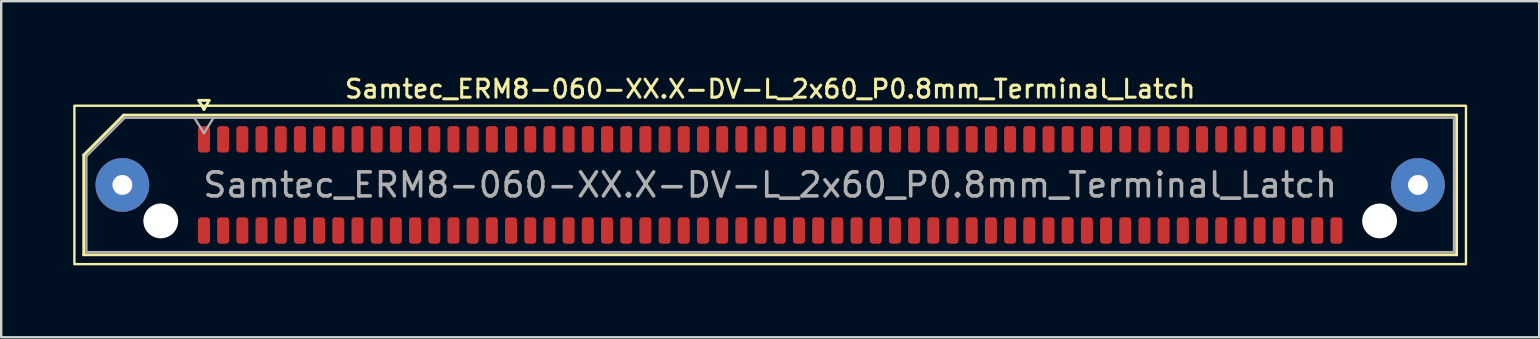
<source format=kicad_pcb>
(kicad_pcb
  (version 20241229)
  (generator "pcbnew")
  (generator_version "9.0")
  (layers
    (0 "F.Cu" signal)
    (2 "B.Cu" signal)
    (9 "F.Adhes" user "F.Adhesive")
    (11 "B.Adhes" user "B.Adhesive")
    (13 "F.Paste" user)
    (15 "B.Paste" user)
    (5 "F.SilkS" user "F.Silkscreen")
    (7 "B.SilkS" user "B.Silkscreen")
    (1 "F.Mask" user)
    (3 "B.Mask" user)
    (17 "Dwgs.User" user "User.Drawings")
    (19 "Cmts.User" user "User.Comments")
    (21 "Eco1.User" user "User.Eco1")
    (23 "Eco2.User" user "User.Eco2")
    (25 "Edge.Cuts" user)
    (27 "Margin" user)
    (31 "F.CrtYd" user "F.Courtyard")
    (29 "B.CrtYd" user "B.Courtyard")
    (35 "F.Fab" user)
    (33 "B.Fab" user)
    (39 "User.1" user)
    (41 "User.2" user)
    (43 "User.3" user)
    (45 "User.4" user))
  (footprint "Samtec_ERM8-060-XX.X-DV-L_2x60_P0.8mm_Terminal_Latch"
    (layer "F.Cu")
    (at 29.05 4.658)
    (property "Reference" "Samtec_ERM8-060-XX.X-DV-L_2x60_P0.8mm_Terminal_Latch" (at 0 -4 0) (layer "F.SilkS") (effects (font (size 0.75 0.75) (thickness 0.125))))
    (attr smd)
    (fp_line (start -28.61 -1.246) (end -26.946 -2.91) (stroke (width 0.12) (type solid)) (layer "F.SilkS"))
    (fp_line (start -28.61 2.91) (end -28.61 -1.246) (stroke (width 0.12) (type solid)) (layer "F.SilkS"))
    (fp_line (start -26.946 -2.91) (end 28.61 -2.91) (stroke (width 0.12) (type solid)) (layer "F.SilkS"))
    (fp_line (start -23.817 -3.525) (end -23.6 -3.15) (stroke (width 0.12) (type solid)) (layer "F.SilkS"))
    (fp_line (start -23.6 -3.15) (end -23.383 -3.525) (stroke (width 0.12) (type solid)) (layer "F.SilkS"))
    (fp_line (start -23.383 -3.525) (end -23.817 -3.525) (stroke (width 0.12) (type solid)) (layer "F.SilkS"))
    (fp_line (start 28.61 -2.91) (end 28.61 2.91) (stroke (width 0.12) (type solid)) (layer "F.SilkS"))
    (fp_line (start 28.61 2.91) (end -28.61 2.91) (stroke (width 0.12) (type solid)) (layer "F.SilkS"))
    (fp_rect (start -29 -3.3) (end 29 3.3) (stroke (width 0.1) (type solid)) (fill no) (layer "F.SilkS"))
    (fp_line (start -28.5 -1.2) (end -26.9 -2.8) (stroke (width 0.1) (type solid)) (layer "F.Fab"))
    (fp_line (start -28.5 2.8) (end -28.5 -1.2) (stroke (width 0.1) (type solid)) (layer "F.Fab"))
    (fp_line (start -26.9 -2.8) (end 28.5 -2.8) (stroke (width 0.1) (type solid)) (layer "F.Fab"))
    (fp_line (start -24 -2.8) (end -23.6 -2.16) (stroke (width 0.1) (type solid)) (layer "F.Fab"))
    (fp_line (start -23.6 -2.16) (end -23.2 -2.8) (stroke (width 0.1) (type solid)) (layer "F.Fab"))
    (fp_line (start 28.5 -2.8) (end 28.5 2.8) (stroke (width 0.1) (type solid)) (layer "F.Fab"))
    (fp_line (start 28.5 2.8) (end -28.5 2.8) (stroke (width 0.1) (type solid)) (layer "F.Fab"))
    (fp_text user "${REFERENCE}" (at 0 0 0) (layer "F.Fab") (effects (font (size 1 1) (thickness 0.15))))
    (pad "" thru_hole circle (at -27 0) (size 2.24 2.24) (drill 0.83) (layers "*.Cu" "*.Mask" "F.Paste"))
    (pad "" np_thru_hole circle (at -25.4 1.5) (size 1.45 1.45) (drill 1.45) (layers "*.Cu" "*.Mask"))
    (pad "" np_thru_hole circle (at 25.4 1.5) (size 1.45 1.45) (drill 1.45) (layers "*.Cu" "*.Mask"))
    (pad "" thru_hole circle (at 27 0) (size 2.24 2.24) (drill 0.83) (layers "*.Cu" "*.Mask" "F.Paste"))
    (pad "1" smd roundrect (at -23.6 -1.9) (size 0.5 1.1) (layers "F.Cu" "F.Mask" "F.Paste") (roundrect_rratio 0.25))
    (pad "2" smd roundrect (at -23.6 1.9) (size 0.5 1.1) (layers "F.Cu" "F.Mask" "F.Paste") (roundrect_rratio 0.25))
    (pad "3" smd roundrect (at -22.8 -1.9) (size 0.5 1.1) (layers "F.Cu" "F.Mask" "F.Paste") (roundrect_rratio 0.25))
    (pad "4" smd roundrect (at -22.8 1.9) (size 0.5 1.1) (layers "F.Cu" "F.Mask" "F.Paste") (roundrect_rratio 0.25))
    (pad "5" smd roundrect (at -22 -1.9) (size 0.5 1.1) (layers "F.Cu" "F.Mask" "F.Paste") (roundrect_rratio 0.25))
    (pad "6" smd roundrect (at -22 1.9) (size 0.5 1.1) (layers "F.Cu" "F.Mask" "F.Paste") (roundrect_rratio 0.25))
    (pad "7" smd roundrect (at -21.2 -1.9) (size 0.5 1.1) (layers "F.Cu" "F.Mask" "F.Paste") (roundrect_rratio 0.25))
    (pad "8" smd roundrect (at -21.2 1.9) (size 0.5 1.1) (layers "F.Cu" "F.Mask" "F.Paste") (roundrect_rratio 0.25))
    (pad "9" smd roundrect (at -20.4 -1.9) (size 0.5 1.1) (layers "F.Cu" "F.Mask" "F.Paste") (roundrect_rratio 0.25))
    (pad "10" smd roundrect (at -20.4 1.9) (size 0.5 1.1) (layers "F.Cu" "F.Mask" "F.Paste") (roundrect_rratio 0.25))
    (pad "11" smd roundrect (at -19.6 -1.9) (size 0.5 1.1) (layers "F.Cu" "F.Mask" "F.Paste") (roundrect_rratio 0.25))
    (pad "12" smd roundrect (at -19.6 1.9) (size 0.5 1.1) (layers "F.Cu" "F.Mask" "F.Paste") (roundrect_rratio 0.25))
    (pad "13" smd roundrect (at -18.8 -1.9) (size 0.5 1.1) (layers "F.Cu" "F.Mask" "F.Paste") (roundrect_rratio 0.25))
    (pad "14" smd roundrect (at -18.8 1.9) (size 0.5 1.1) (layers "F.Cu" "F.Mask" "F.Paste") (roundrect_rratio 0.25))
    (pad "15" smd roundrect (at -18 -1.9) (size 0.5 1.1) (layers "F.Cu" "F.Mask" "F.Paste") (roundrect_rratio 0.25))
    (pad "16" smd roundrect (at -18 1.9) (size 0.5 1.1) (layers "F.Cu" "F.Mask" "F.Paste") (roundrect_rratio 0.25))
    (pad "17" smd roundrect (at -17.2 -1.9) (size 0.5 1.1) (layers "F.Cu" "F.Mask" "F.Paste") (roundrect_rratio 0.25))
    (pad "18" smd roundrect (at -17.2 1.9) (size 0.5 1.1) (layers "F.Cu" "F.Mask" "F.Paste") (roundrect_rratio 0.25))
    (pad "19" smd roundrect (at -16.4 -1.9) (size 0.5 1.1) (layers "F.Cu" "F.Mask" "F.Paste") (roundrect_rratio 0.25))
    (pad "20" smd roundrect (at -16.4 1.9) (size 0.5 1.1) (layers "F.Cu" "F.Mask" "F.Paste") (roundrect_rratio 0.25))
    (pad "21" smd roundrect (at -15.6 -1.9) (size 0.5 1.1) (layers "F.Cu" "F.Mask" "F.Paste") (roundrect_rratio 0.25))
    (pad "22" smd roundrect (at -15.6 1.9) (size 0.5 1.1) (layers "F.Cu" "F.Mask" "F.Paste") (roundrect_rratio 0.25))
    (pad "23" smd roundrect (at -14.8 -1.9) (size 0.5 1.1) (layers "F.Cu" "F.Mask" "F.Paste") (roundrect_rratio 0.25))
    (pad "24" smd roundrect (at -14.8 1.9) (size 0.5 1.1) (layers "F.Cu" "F.Mask" "F.Paste") (roundrect_rratio 0.25))
    (pad "25" smd roundrect (at -14 -1.9) (size 0.5 1.1) (layers "F.Cu" "F.Mask" "F.Paste") (roundrect_rratio 0.25))
    (pad "26" smd roundrect (at -14 1.9) (size 0.5 1.1) (layers "F.Cu" "F.Mask" "F.Paste") (roundrect_rratio 0.25))
    (pad "27" smd roundrect (at -13.2 -1.9) (size 0.5 1.1) (layers "F.Cu" "F.Mask" "F.Paste") (roundrect_rratio 0.25))
    (pad "28" smd roundrect (at -13.2 1.9) (size 0.5 1.1) (layers "F.Cu" "F.Mask" "F.Paste") (roundrect_rratio 0.25))
    (pad "29" smd roundrect (at -12.4 -1.9) (size 0.5 1.1) (layers "F.Cu" "F.Mask" "F.Paste") (roundrect_rratio 0.25))
    (pad "30" smd roundrect (at -12.4 1.9) (size 0.5 1.1) (layers "F.Cu" "F.Mask" "F.Paste") (roundrect_rratio 0.25))
    (pad "31" smd roundrect (at -11.6 -1.9) (size 0.5 1.1) (layers "F.Cu" "F.Mask" "F.Paste") (roundrect_rratio 0.25))
    (pad "32" smd roundrect (at -11.6 1.9) (size 0.5 1.1) (layers "F.Cu" "F.Mask" "F.Paste") (roundrect_rratio 0.25))
    (pad "33" smd roundrect (at -10.8 -1.9) (size 0.5 1.1) (layers "F.Cu" "F.Mask" "F.Paste") (roundrect_rratio 0.25))
    (pad "34" smd roundrect (at -10.8 1.9) (size 0.5 1.1) (layers "F.Cu" "F.Mask" "F.Paste") (roundrect_rratio 0.25))
    (pad "35" smd roundrect (at -10 -1.9) (size 0.5 1.1) (layers "F.Cu" "F.Mask" "F.Paste") (roundrect_rratio 0.25))
    (pad "36" smd roundrect (at -10 1.9) (size 0.5 1.1) (layers "F.Cu" "F.Mask" "F.Paste") (roundrect_rratio 0.25))
    (pad "37" smd roundrect (at -9.2 -1.9) (size 0.5 1.1) (layers "F.Cu" "F.Mask" "F.Paste") (roundrect_rratio 0.25))
    (pad "38" smd roundrect (at -9.2 1.9) (size 0.5 1.1) (layers "F.Cu" "F.Mask" "F.Paste") (roundrect_rratio 0.25))
    (pad "39" smd roundrect (at -8.4 -1.9) (size 0.5 1.1) (layers "F.Cu" "F.Mask" "F.Paste") (roundrect_rratio 0.25))
    (pad "40" smd roundrect (at -8.4 1.9) (size 0.5 1.1) (layers "F.Cu" "F.Mask" "F.Paste") (roundrect_rratio 0.25))
    (pad "41" smd roundrect (at -7.6 -1.9) (size 0.5 1.1) (layers "F.Cu" "F.Mask" "F.Paste") (roundrect_rratio 0.25))
    (pad "42" smd roundrect (at -7.6 1.9) (size 0.5 1.1) (layers "F.Cu" "F.Mask" "F.Paste") (roundrect_rratio 0.25))
    (pad "43" smd roundrect (at -6.8 -1.9) (size 0.5 1.1) (layers "F.Cu" "F.Mask" "F.Paste") (roundrect_rratio 0.25))
    (pad "44" smd roundrect (at -6.8 1.9) (size 0.5 1.1) (layers "F.Cu" "F.Mask" "F.Paste") (roundrect_rratio 0.25))
    (pad "45" smd roundrect (at -6 -1.9) (size 0.5 1.1) (layers "F.Cu" "F.Mask" "F.Paste") (roundrect_rratio 0.25))
    (pad "46" smd roundrect (at -6 1.9) (size 0.5 1.1) (layers "F.Cu" "F.Mask" "F.Paste") (roundrect_rratio 0.25))
    (pad "47" smd roundrect (at -5.2 -1.9) (size 0.5 1.1) (layers "F.Cu" "F.Mask" "F.Paste") (roundrect_rratio 0.25))
    (pad "48" smd roundrect (at -5.2 1.9) (size 0.5 1.1) (layers "F.Cu" "F.Mask" "F.Paste") (roundrect_rratio 0.25))
    (pad "49" smd roundrect (at -4.4 -1.9) (size 0.5 1.1) (layers "F.Cu" "F.Mask" "F.Paste") (roundrect_rratio 0.25))
    (pad "50" smd roundrect (at -4.4 1.9) (size 0.5 1.1) (layers "F.Cu" "F.Mask" "F.Paste") (roundrect_rratio 0.25))
    (pad "51" smd roundrect (at -3.6 -1.9) (size 0.5 1.1) (layers "F.Cu" "F.Mask" "F.Paste") (roundrect_rratio 0.25))
    (pad "52" smd roundrect (at -3.6 1.9) (size 0.5 1.1) (layers "F.Cu" "F.Mask" "F.Paste") (roundrect_rratio 0.25))
    (pad "53" smd roundrect (at -2.8 -1.9) (size 0.5 1.1) (layers "F.Cu" "F.Mask" "F.Paste") (roundrect_rratio 0.25))
    (pad "54" smd roundrect (at -2.8 1.9) (size 0.5 1.1) (layers "F.Cu" "F.Mask" "F.Paste") (roundrect_rratio 0.25))
    (pad "55" smd roundrect (at -2 -1.9) (size 0.5 1.1) (layers "F.Cu" "F.Mask" "F.Paste") (roundrect_rratio 0.25))
    (pad "56" smd roundrect (at -2 1.9) (size 0.5 1.1) (layers "F.Cu" "F.Mask" "F.Paste") (roundrect_rratio 0.25))
    (pad "57" smd roundrect (at -1.2 -1.9) (size 0.5 1.1) (layers "F.Cu" "F.Mask" "F.Paste") (roundrect_rratio 0.25))
    (pad "58" smd roundrect (at -1.2 1.9) (size 0.5 1.1) (layers "F.Cu" "F.Mask" "F.Paste") (roundrect_rratio 0.25))
    (pad "59" smd roundrect (at -0.4 -1.9) (size 0.5 1.1) (layers "F.Cu" "F.Mask" "F.Paste") (roundrect_rratio 0.25))
    (pad "60" smd roundrect (at -0.4 1.9) (size 0.5 1.1) (layers "F.Cu" "F.Mask" "F.Paste") (roundrect_rratio 0.25))
    (pad "61" smd roundrect (at 0.4 -1.9) (size 0.5 1.1) (layers "F.Cu" "F.Mask" "F.Paste") (roundrect_rratio 0.25))
    (pad "62" smd roundrect (at 0.4 1.9) (size 0.5 1.1) (layers "F.Cu" "F.Mask" "F.Paste") (roundrect_rratio 0.25))
    (pad "63" smd roundrect (at 1.2 -1.9) (size 0.5 1.1) (layers "F.Cu" "F.Mask" "F.Paste") (roundrect_rratio 0.25))
    (pad "64" smd roundrect (at 1.2 1.9) (size 0.5 1.1) (layers "F.Cu" "F.Mask" "F.Paste") (roundrect_rratio 0.25))
    (pad "65" smd roundrect (at 2 -1.9) (size 0.5 1.1) (layers "F.Cu" "F.Mask" "F.Paste") (roundrect_rratio 0.25))
    (pad "66" smd roundrect (at 2 1.9) (size 0.5 1.1) (layers "F.Cu" "F.Mask" "F.Paste") (roundrect_rratio 0.25))
    (pad "67" smd roundrect (at 2.8 -1.9) (size 0.5 1.1) (layers "F.Cu" "F.Mask" "F.Paste") (roundrect_rratio 0.25))
    (pad "68" smd roundrect (at 2.8 1.9) (size 0.5 1.1) (layers "F.Cu" "F.Mask" "F.Paste") (roundrect_rratio 0.25))
    (pad "69" smd roundrect (at 3.6 -1.9) (size 0.5 1.1) (layers "F.Cu" "F.Mask" "F.Paste") (roundrect_rratio 0.25))
    (pad "70" smd roundrect (at 3.6 1.9) (size 0.5 1.1) (layers "F.Cu" "F.Mask" "F.Paste") (roundrect_rratio 0.25))
    (pad "71" smd roundrect (at 4.4 -1.9) (size 0.5 1.1) (layers "F.Cu" "F.Mask" "F.Paste") (roundrect_rratio 0.25))
    (pad "72" smd roundrect (at 4.4 1.9) (size 0.5 1.1) (layers "F.Cu" "F.Mask" "F.Paste") (roundrect_rratio 0.25))
    (pad "73" smd roundrect (at 5.2 -1.9) (size 0.5 1.1) (layers "F.Cu" "F.Mask" "F.Paste") (roundrect_rratio 0.25))
    (pad "74" smd roundrect (at 5.2 1.9) (size 0.5 1.1) (layers "F.Cu" "F.Mask" "F.Paste") (roundrect_rratio 0.25))
    (pad "75" smd roundrect (at 6 -1.9) (size 0.5 1.1) (layers "F.Cu" "F.Mask" "F.Paste") (roundrect_rratio 0.25))
    (pad "76" smd roundrect (at 6 1.9) (size 0.5 1.1) (layers "F.Cu" "F.Mask" "F.Paste") (roundrect_rratio 0.25))
    (pad "77" smd roundrect (at 6.8 -1.9) (size 0.5 1.1) (layers "F.Cu" "F.Mask" "F.Paste") (roundrect_rratio 0.25))
    (pad "78" smd roundrect (at 6.8 1.9) (size 0.5 1.1) (layers "F.Cu" "F.Mask" "F.Paste") (roundrect_rratio 0.25))
    (pad "79" smd roundrect (at 7.6 -1.9) (size 0.5 1.1) (layers "F.Cu" "F.Mask" "F.Paste") (roundrect_rratio 0.25))
    (pad "80" smd roundrect (at 7.6 1.9) (size 0.5 1.1) (layers "F.Cu" "F.Mask" "F.Paste") (roundrect_rratio 0.25))
    (pad "81" smd roundrect (at 8.4 -1.9) (size 0.5 1.1) (layers "F.Cu" "F.Mask" "F.Paste") (roundrect_rratio 0.25))
    (pad "82" smd roundrect (at 8.4 1.9) (size 0.5 1.1) (layers "F.Cu" "F.Mask" "F.Paste") (roundrect_rratio 0.25))
    (pad "83" smd roundrect (at 9.2 -1.9) (size 0.5 1.1) (layers "F.Cu" "F.Mask" "F.Paste") (roundrect_rratio 0.25))
    (pad "84" smd roundrect (at 9.2 1.9) (size 0.5 1.1) (layers "F.Cu" "F.Mask" "F.Paste") (roundrect_rratio 0.25))
    (pad "85" smd roundrect (at 10 -1.9) (size 0.5 1.1) (layers "F.Cu" "F.Mask" "F.Paste") (roundrect_rratio 0.25))
    (pad "86" smd roundrect (at 10 1.9) (size 0.5 1.1) (layers "F.Cu" "F.Mask" "F.Paste") (roundrect_rratio 0.25))
    (pad "87" smd roundrect (at 10.8 -1.9) (size 0.5 1.1) (layers "F.Cu" "F.Mask" "F.Paste") (roundrect_rratio 0.25))
    (pad "88" smd roundrect (at 10.8 1.9) (size 0.5 1.1) (layers "F.Cu" "F.Mask" "F.Paste") (roundrect_rratio 0.25))
    (pad "89" smd roundrect (at 11.6 -1.9) (size 0.5 1.1) (layers "F.Cu" "F.Mask" "F.Paste") (roundrect_rratio 0.25))
    (pad "90" smd roundrect (at 11.6 1.9) (size 0.5 1.1) (layers "F.Cu" "F.Mask" "F.Paste") (roundrect_rratio 0.25))
    (pad "91" smd roundrect (at 12.4 -1.9) (size 0.5 1.1) (layers "F.Cu" "F.Mask" "F.Paste") (roundrect_rratio 0.25))
    (pad "92" smd roundrect (at 12.4 1.9) (size 0.5 1.1) (layers "F.Cu" "F.Mask" "F.Paste") (roundrect_rratio 0.25))
    (pad "93" smd roundrect (at 13.2 -1.9) (size 0.5 1.1) (layers "F.Cu" "F.Mask" "F.Paste") (roundrect_rratio 0.25))
    (pad "94" smd roundrect (at 13.2 1.9) (size 0.5 1.1) (layers "F.Cu" "F.Mask" "F.Paste") (roundrect_rratio 0.25))
    (pad "95" smd roundrect (at 14 -1.9) (size 0.5 1.1) (layers "F.Cu" "F.Mask" "F.Paste") (roundrect_rratio 0.25))
    (pad "96" smd roundrect (at 14 1.9) (size 0.5 1.1) (layers "F.Cu" "F.Mask" "F.Paste") (roundrect_rratio 0.25))
    (pad "97" smd roundrect (at 14.8 -1.9) (size 0.5 1.1) (layers "F.Cu" "F.Mask" "F.Paste") (roundrect_rratio 0.25))
    (pad "98" smd roundrect (at 14.8 1.9) (size 0.5 1.1) (layers "F.Cu" "F.Mask" "F.Paste") (roundrect_rratio 0.25))
    (pad "99" smd roundrect (at 15.6 -1.9) (size 0.5 1.1) (layers "F.Cu" "F.Mask" "F.Paste") (roundrect_rratio 0.25))
    (pad "100" smd roundrect (at 15.6 1.9) (size 0.5 1.1) (layers "F.Cu" "F.Mask" "F.Paste") (roundrect_rratio 0.25))
    (pad "101" smd roundrect (at 16.4 -1.9) (size 0.5 1.1) (layers "F.Cu" "F.Mask" "F.Paste") (roundrect_rratio 0.25))
    (pad "102" smd roundrect (at 16.4 1.9) (size 0.5 1.1) (layers "F.Cu" "F.Mask" "F.Paste") (roundrect_rratio 0.25))
    (pad "103" smd roundrect (at 17.2 -1.9) (size 0.5 1.1) (layers "F.Cu" "F.Mask" "F.Paste") (roundrect_rratio 0.25))
    (pad "104" smd roundrect (at 17.2 1.9) (size 0.5 1.1) (layers "F.Cu" "F.Mask" "F.Paste") (roundrect_rratio 0.25))
    (pad "105" smd roundrect (at 18 -1.9) (size 0.5 1.1) (layers "F.Cu" "F.Mask" "F.Paste") (roundrect_rratio 0.25))
    (pad "106" smd roundrect (at 18 1.9) (size 0.5 1.1) (layers "F.Cu" "F.Mask" "F.Paste") (roundrect_rratio 0.25))
    (pad "107" smd roundrect (at 18.8 -1.9) (size 0.5 1.1) (layers "F.Cu" "F.Mask" "F.Paste") (roundrect_rratio 0.25))
    (pad "108" smd roundrect (at 18.8 1.9) (size 0.5 1.1) (layers "F.Cu" "F.Mask" "F.Paste") (roundrect_rratio 0.25))
    (pad "109" smd roundrect (at 19.6 -1.9) (size 0.5 1.1) (layers "F.Cu" "F.Mask" "F.Paste") (roundrect_rratio 0.25))
    (pad "110" smd roundrect (at 19.6 1.9) (size 0.5 1.1) (layers "F.Cu" "F.Mask" "F.Paste") (roundrect_rratio 0.25))
    (pad "111" smd roundrect (at 20.4 -1.9) (size 0.5 1.1) (layers "F.Cu" "F.Mask" "F.Paste") (roundrect_rratio 0.25))
    (pad "112" smd roundrect (at 20.4 1.9) (size 0.5 1.1) (layers "F.Cu" "F.Mask" "F.Paste") (roundrect_rratio 0.25))
    (pad "113" smd roundrect (at 21.2 -1.9) (size 0.5 1.1) (layers "F.Cu" "F.Mask" "F.Paste") (roundrect_rratio 0.25))
    (pad "114" smd roundrect (at 21.2 1.9) (size 0.5 1.1) (layers "F.Cu" "F.Mask" "F.Paste") (roundrect_rratio 0.25))
    (pad "115" smd roundrect (at 22 -1.9) (size 0.5 1.1) (layers "F.Cu" "F.Mask" "F.Paste") (roundrect_rratio 0.25))
    (pad "116" smd roundrect (at 22 1.9) (size 0.5 1.1) (layers "F.Cu" "F.Mask" "F.Paste") (roundrect_rratio 0.25))
    (pad "117" smd roundrect (at 22.8 -1.9) (size 0.5 1.1) (layers "F.Cu" "F.Mask" "F.Paste") (roundrect_rratio 0.25))
    (pad "118" smd roundrect (at 22.8 1.9) (size 0.5 1.1) (layers "F.Cu" "F.Mask" "F.Paste") (roundrect_rratio 0.25))
    (pad "119" smd roundrect (at 23.6 -1.9) (size 0.5 1.1) (layers "F.Cu" "F.Mask" "F.Paste") (roundrect_rratio 0.25))
    (pad "120" smd roundrect (at 23.6 1.9) (size 0.5 1.1) (layers "F.Cu" "F.Mask" "F.Paste") (roundrect_rratio 0.25)))
  (gr_rect
    (start -3 -3)
    (end 61.1 11.008)
    (stroke (width 0.1) (type default))
    (fill no)
    (layer "Edge.Cuts")))
</source>
